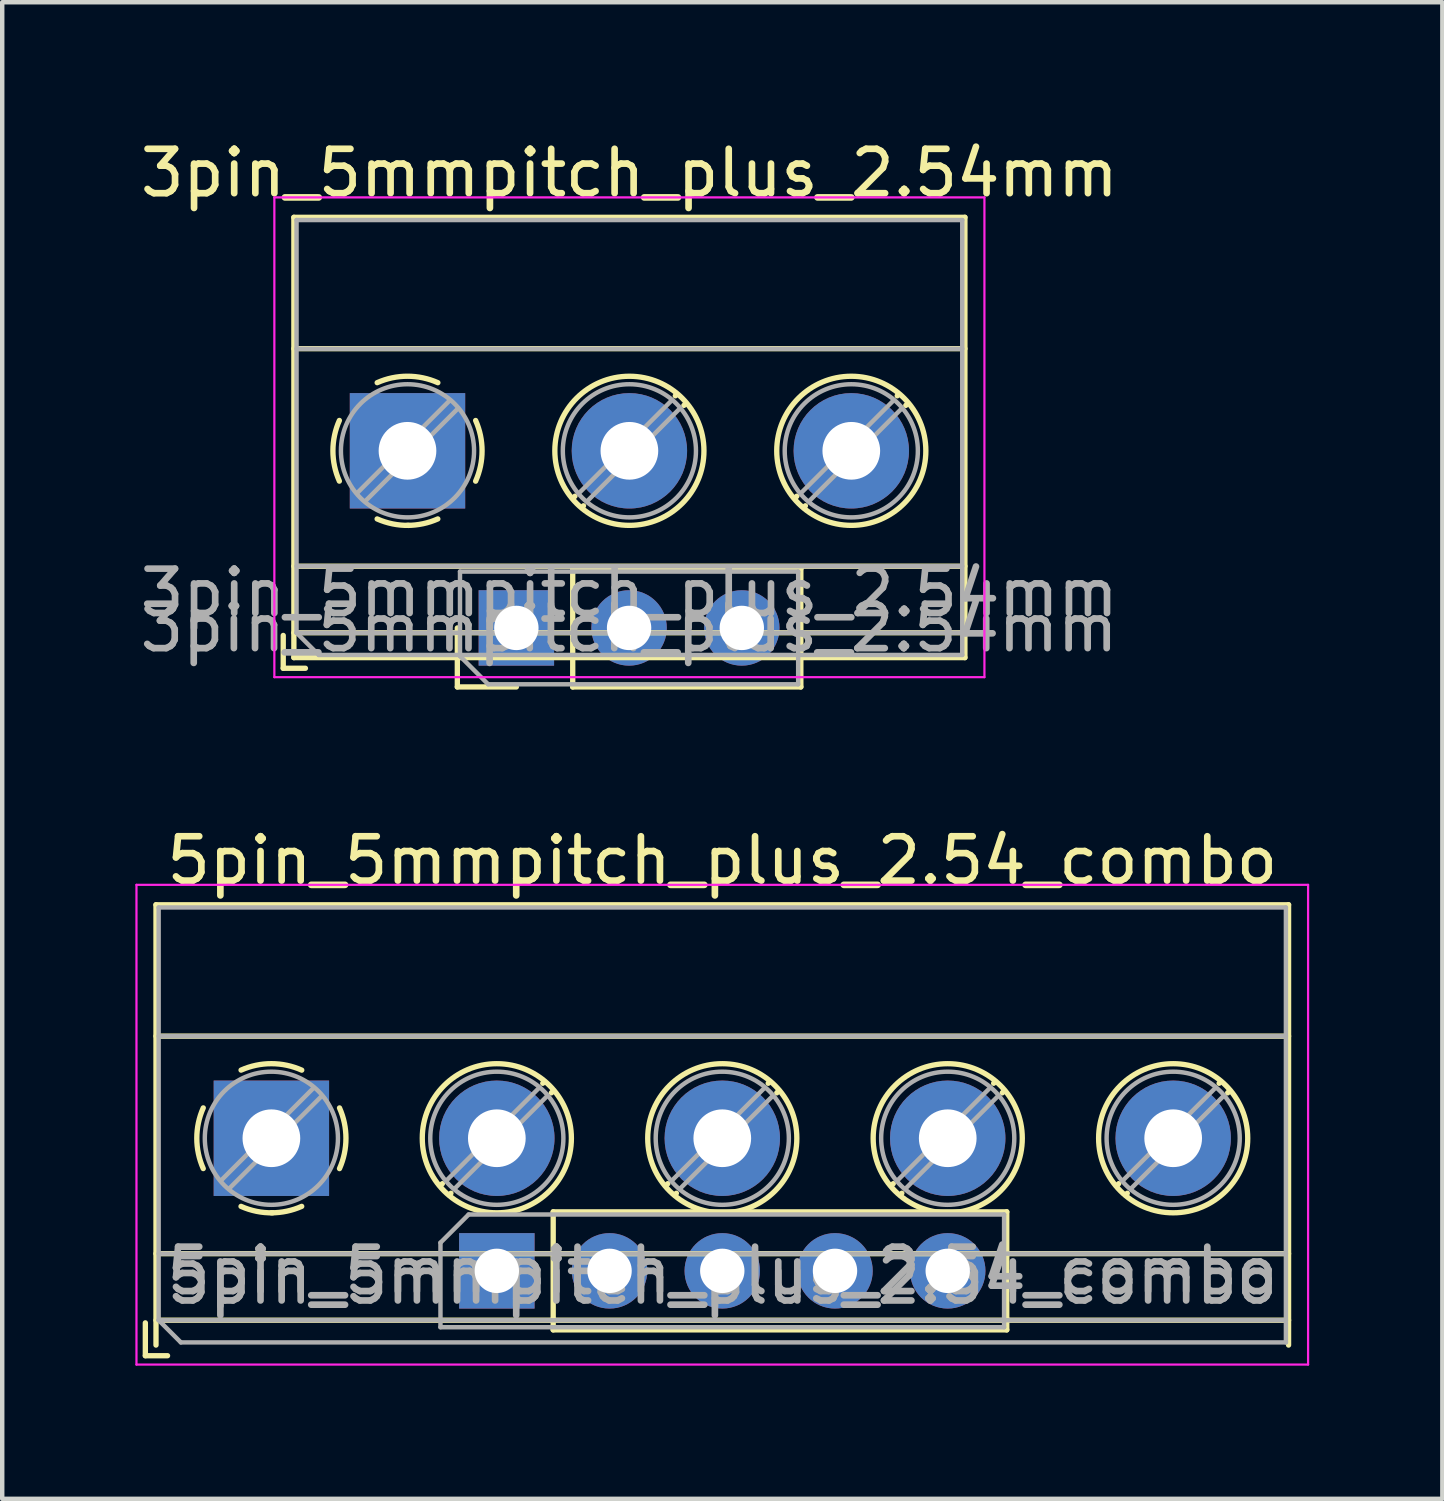
<source format=kicad_pcb>
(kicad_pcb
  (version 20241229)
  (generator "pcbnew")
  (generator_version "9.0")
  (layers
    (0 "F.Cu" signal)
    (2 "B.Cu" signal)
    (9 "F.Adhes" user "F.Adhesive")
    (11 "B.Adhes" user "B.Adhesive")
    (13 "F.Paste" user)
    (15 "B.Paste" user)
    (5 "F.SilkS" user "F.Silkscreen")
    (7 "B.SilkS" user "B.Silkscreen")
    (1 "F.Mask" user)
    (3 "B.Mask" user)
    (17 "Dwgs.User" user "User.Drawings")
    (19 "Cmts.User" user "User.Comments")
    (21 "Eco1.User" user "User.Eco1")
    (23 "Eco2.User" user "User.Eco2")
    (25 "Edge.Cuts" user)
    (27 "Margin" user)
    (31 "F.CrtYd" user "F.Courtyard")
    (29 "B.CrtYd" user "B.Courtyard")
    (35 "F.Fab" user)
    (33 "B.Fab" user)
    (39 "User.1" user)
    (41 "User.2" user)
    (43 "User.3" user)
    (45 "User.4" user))
  (footprint "5pin_5mmpitch_plus_2.54_combo"
    (layer "F.Cu")
    (at 3.065 22.598)
    (property "Reference" "5pin_5mmpitch_plus_2.54_combo" (at 10.16 -6.26 0) (layer "F.SilkS") (effects (font (size 1 1) (thickness 0.15))))
    (attr through_hole)
    (fp_line (start -2.84 4.16) (end -2.84 4.9) (stroke (width 0.12) (type solid)) (layer "F.SilkS"))
    (fp_line (start -2.84 4.9) (end -2.34 4.9) (stroke (width 0.12) (type solid)) (layer "F.SilkS"))
    (fp_line (start -2.6 -5.261) (end -2.6 4.66) (stroke (width 0.12) (type solid)) (layer "F.SilkS"))
    (fp_line (start -2.6 -5.261) (end 22.92 -5.261) (stroke (width 0.12) (type solid)) (layer "F.SilkS"))
    (fp_line (start -2.6 -2.301) (end 22.92 -2.301) (stroke (width 0.12) (type solid)) (layer "F.SilkS"))
    (fp_line (start -2.6 2.6) (end 22.92 2.6) (stroke (width 0.12) (type solid)) (layer "F.SilkS"))
    (fp_line (start -2.6 4.1) (end 22.92 4.1) (stroke (width 0.12) (type solid)) (layer "F.SilkS"))
    (fp_line (start 3.853 1.023) (end 3.806 1.069) (stroke (width 0.12) (type solid)) (layer "F.SilkS"))
    (fp_line (start 4.046 1.239) (end 4.011 1.274) (stroke (width 0.12) (type solid)) (layer "F.SilkS"))
    (fp_line (start 6.15 -1.275) (end 6.115 -1.239) (stroke (width 0.12) (type solid)) (layer "F.SilkS"))
    (fp_line (start 6.35 1.658) (end 16.57 1.658) (stroke (width 0.12) (type solid)) (layer "F.SilkS"))
    (fp_line (start 6.35 4.318) (end 6.35 1.658) (stroke (width 0.12) (type solid)) (layer "F.SilkS"))
    (fp_line (start 6.35 4.318) (end 16.57 4.318) (stroke (width 0.12) (type solid)) (layer "F.SilkS"))
    (fp_line (start 6.355 -1.069) (end 6.308 -1.023) (stroke (width 0.12) (type solid)) (layer "F.SilkS"))
    (fp_line (start 8.933 1.023) (end 8.886 1.069) (stroke (width 0.12) (type solid)) (layer "F.SilkS"))
    (fp_line (start 9.126 1.239) (end 9.091 1.274) (stroke (width 0.12) (type solid)) (layer "F.SilkS"))
    (fp_line (start 11.23 -1.275) (end 11.195 -1.239) (stroke (width 0.12) (type solid)) (layer "F.SilkS"))
    (fp_line (start 11.435 -1.069) (end 11.388 -1.023) (stroke (width 0.12) (type solid)) (layer "F.SilkS"))
    (fp_line (start 14.013 1.023) (end 13.966 1.069) (stroke (width 0.12) (type solid)) (layer "F.SilkS"))
    (fp_line (start 14.206 1.239) (end 14.171 1.274) (stroke (width 0.12) (type solid)) (layer "F.SilkS"))
    (fp_line (start 16.31 -1.275) (end 16.275 -1.239) (stroke (width 0.12) (type solid)) (layer "F.SilkS"))
    (fp_line (start 16.515 -1.069) (end 16.468 -1.023) (stroke (width 0.12) (type solid)) (layer "F.SilkS"))
    (fp_line (start 16.57 4.318) (end 16.57 1.658) (stroke (width 0.12) (type solid)) (layer "F.SilkS"))
    (fp_line (start 19.093 1.023) (end 19.046 1.069) (stroke (width 0.12) (type solid)) (layer "F.SilkS"))
    (fp_line (start 19.286 1.239) (end 19.251 1.274) (stroke (width 0.12) (type solid)) (layer "F.SilkS"))
    (fp_line (start 21.39 -1.275) (end 21.355 -1.239) (stroke (width 0.12) (type solid)) (layer "F.SilkS"))
    (fp_line (start 21.595 -1.069) (end 21.548 -1.023) (stroke (width 0.12) (type solid)) (layer "F.SilkS"))
    (fp_line (start 22.92 -5.261) (end 22.92 4.66) (stroke (width 0.12) (type solid)) (layer "F.SilkS"))
    (fp_arc (start -1.535427 0.683042) (mid -1.680501 -0.000524) (end -1.535 -0.684) (stroke (width 0.12) (type solid)) (layer "F.SilkS"))
    (fp_arc (start -0.683042 -1.535427) (mid 0.000524 -1.680501) (end 0.684 -1.535) (stroke (width 0.12) (type solid)) (layer "F.SilkS"))
    (fp_arc (start 0.028805 1.680253) (mid -0.335551 1.646659) (end -0.684 1.535) (stroke (width 0.12) (type solid)) (layer "F.SilkS"))
    (fp_arc (start 0.683318 1.534756) (mid 0.349292 1.643288) (end 0 1.68) (stroke (width 0.12) (type solid)) (layer "F.SilkS"))
    (fp_arc (start 1.535427 -0.683042) (mid 1.680501 0.000524) (end 1.535 0.684) (stroke (width 0.12) (type solid)) (layer "F.SilkS"))
    (fp_circle (center 5.08 0) (end 6.76 0) (stroke (width 0.12) (type solid)) (fill no) (layer "F.SilkS"))
    (fp_circle (center 10.16 0) (end 11.84 0) (stroke (width 0.12) (type solid)) (fill no) (layer "F.SilkS"))
    (fp_circle (center 15.24 0) (end 16.92 0) (stroke (width 0.12) (type solid)) (fill no) (layer "F.SilkS"))
    (fp_circle (center 20.32 0) (end 22 0) (stroke (width 0.12) (type solid)) (fill no) (layer "F.SilkS"))
    (fp_line (start -3.04 -5.71) (end -3.04 5.1) (stroke (width 0.05) (type solid)) (layer "F.CrtYd"))
    (fp_line (start -3.04 5.1) (end 23.36 5.1) (stroke (width 0.05) (type solid)) (layer "F.CrtYd"))
    (fp_line (start 23.36 -5.71) (end -3.04 -5.71) (stroke (width 0.05) (type solid)) (layer "F.CrtYd"))
    (fp_line (start 23.36 5.1) (end 23.36 -5.71) (stroke (width 0.05) (type solid)) (layer "F.CrtYd"))
    (fp_line (start -2.54 -5.2) (end 22.86 -5.2) (stroke (width 0.1) (type solid)) (layer "F.Fab"))
    (fp_line (start -2.54 -2.3) (end 22.86 -2.3) (stroke (width 0.1) (type solid)) (layer "F.Fab"))
    (fp_line (start -2.54 2.6) (end 22.86 2.6) (stroke (width 0.1) (type solid)) (layer "F.Fab"))
    (fp_line (start -2.54 4.1) (end -2.54 -5.2) (stroke (width 0.1) (type solid)) (layer "F.Fab"))
    (fp_line (start -2.54 4.1) (end 22.86 4.1) (stroke (width 0.1) (type solid)) (layer "F.Fab"))
    (fp_line (start -2.04 4.6) (end -2.54 4.1) (stroke (width 0.1) (type solid)) (layer "F.Fab"))
    (fp_line (start 0.955 -1.138) (end -1.138 0.955) (stroke (width 0.1) (type solid)) (layer "F.Fab"))
    (fp_line (start 1.138 -0.955) (end -0.955 1.138) (stroke (width 0.1) (type solid)) (layer "F.Fab"))
    (fp_line (start 3.81 2.353) (end 4.445 1.718) (stroke (width 0.1) (type solid)) (layer "F.Fab"))
    (fp_line (start 3.81 4.258) (end 3.81 2.353) (stroke (width 0.1) (type solid)) (layer "F.Fab"))
    (fp_line (start 4.445 1.718) (end 16.51 1.718) (stroke (width 0.1) (type solid)) (layer "F.Fab"))
    (fp_line (start 6.035 -1.138) (end 3.943 0.955) (stroke (width 0.1) (type solid)) (layer "F.Fab"))
    (fp_line (start 6.218 -0.955) (end 4.126 1.138) (stroke (width 0.1) (type solid)) (layer "F.Fab"))
    (fp_line (start 11.115 -1.138) (end 9.023 0.955) (stroke (width 0.1) (type solid)) (layer "F.Fab"))
    (fp_line (start 11.298 -0.955) (end 9.206 1.138) (stroke (width 0.1) (type solid)) (layer "F.Fab"))
    (fp_line (start 16.195 -1.138) (end 14.103 0.955) (stroke (width 0.1) (type solid)) (layer "F.Fab"))
    (fp_line (start 16.378 -0.955) (end 14.286 1.138) (stroke (width 0.1) (type solid)) (layer "F.Fab"))
    (fp_line (start 16.51 1.718) (end 16.51 4.258) (stroke (width 0.1) (type solid)) (layer "F.Fab"))
    (fp_line (start 16.51 4.258) (end 3.81 4.258) (stroke (width 0.1) (type solid)) (layer "F.Fab"))
    (fp_line (start 21.275 -1.138) (end 19.183 0.955) (stroke (width 0.1) (type solid)) (layer "F.Fab"))
    (fp_line (start 21.458 -0.955) (end 19.366 1.138) (stroke (width 0.1) (type solid)) (layer "F.Fab"))
    (fp_line (start 22.86 -5.2) (end 22.86 4.6) (stroke (width 0.1) (type solid)) (layer "F.Fab"))
    (fp_line (start 22.86 4.6) (end -2.04 4.6) (stroke (width 0.1) (type solid)) (layer "F.Fab"))
    (fp_circle (center 0 0) (end 1.5 0) (stroke (width 0.1) (type solid)) (fill no) (layer "F.Fab"))
    (fp_circle (center 5.08 0) (end 6.58 0) (stroke (width 0.1) (type solid)) (fill no) (layer "F.Fab"))
    (fp_circle (center 10.16 0) (end 11.66 0) (stroke (width 0.1) (type solid)) (fill no) (layer "F.Fab"))
    (fp_circle (center 15.24 0) (end 16.74 0) (stroke (width 0.1) (type solid)) (fill no) (layer "F.Fab"))
    (fp_circle (center 20.32 0) (end 21.82 0) (stroke (width 0.1) (type solid)) (fill no) (layer "F.Fab"))
    (fp_text user "${REFERENCE}" (at 10.16 3.2 0) (layer "F.Fab") (effects (font (size 1 1) (thickness 0.15))))
    (fp_text user "${REFERENCE}" (at 10.16 2.988 180) (layer "F.Fab") (effects (font (size 1 1) (thickness 0.15))))
    (pad "1" thru_hole rect (at 0 0) (size 2.6 2.6) (drill 1.3) (layers "*.Cu" "*.Mask"))
    (pad "1" thru_hole rect (at 5.08 2.988 90) (size 1.7 1.7) (drill 1) (layers "*.Cu" "*.Mask"))
    (pad "2" thru_hole circle (at 5.08 0) (size 2.6 2.6) (drill 1.3) (layers "*.Cu" "*.Mask"))
    (pad "2" thru_hole oval (at 7.62 2.988 90) (size 1.7 1.7) (drill 1) (layers "*.Cu" "*.Mask"))
    (pad "3" thru_hole circle (at 10.16 0) (size 2.6 2.6) (drill 1.3) (layers "*.Cu" "*.Mask"))
    (pad "3" thru_hole oval (at 10.16 2.988 90) (size 1.7 1.7) (drill 1) (layers "*.Cu" "*.Mask"))
    (pad "4" thru_hole oval (at 12.7 2.988 90) (size 1.7 1.7) (drill 1) (layers "*.Cu" "*.Mask"))
    (pad "4" thru_hole circle (at 15.24 0) (size 2.6 2.6) (drill 1.3) (layers "*.Cu" "*.Mask"))
    (pad "5" thru_hole oval (at 15.24 2.988 90) (size 1.7 1.7) (drill 1) (layers "*.Cu" "*.Mask"))
    (pad "5" thru_hole circle (at 20.32 0) (size 2.6 2.6) (drill 1.3) (layers "*.Cu" "*.Mask")))
  (footprint "3pin_5mmpitch_plus_2.54mm"
    (layer "F.Cu")
    (at 6.132 7.108)
    (property "Reference" "3pin_5mmpitch_plus_2.54mm" (at 5 -6.26 0) (layer "F.SilkS") (effects (font (size 1 1) (thickness 0.15))))
    (attr through_hole)
    (fp_line (start -2.8 4.16) (end -2.8 4.9) (stroke (width 0.12) (type solid)) (layer "F.SilkS"))
    (fp_line (start -2.8 4.9) (end -2.3 4.9) (stroke (width 0.12) (type solid)) (layer "F.SilkS"))
    (fp_line (start -2.56 -5.261) (end -2.56 4.66) (stroke (width 0.12) (type solid)) (layer "F.SilkS"))
    (fp_line (start -2.56 -5.261) (end 12.56 -5.261) (stroke (width 0.12) (type solid)) (layer "F.SilkS"))
    (fp_line (start -2.56 -2.301) (end 12.56 -2.301) (stroke (width 0.12) (type solid)) (layer "F.SilkS"))
    (fp_line (start -2.56 2.6) (end 12.56 2.6) (stroke (width 0.12) (type solid)) (layer "F.SilkS"))
    (fp_line (start -2.56 4.1) (end 12.56 4.1) (stroke (width 0.12) (type solid)) (layer "F.SilkS"))
    (fp_line (start -2.56 4.66) (end 12.56 4.66) (stroke (width 0.12) (type solid)) (layer "F.SilkS"))
    (fp_line (start 1.123 5.321) (end 1.123 3.991) (stroke (width 0.12) (type solid)) (layer "F.SilkS"))
    (fp_line (start 2.453 5.321) (end 1.123 5.321) (stroke (width 0.12) (type solid)) (layer "F.SilkS"))
    (fp_line (start 3.723 2.661) (end 8.863 2.661) (stroke (width 0.12) (type solid)) (layer "F.SilkS"))
    (fp_line (start 3.723 5.321) (end 3.723 2.661) (stroke (width 0.12) (type solid)) (layer "F.SilkS"))
    (fp_line (start 3.723 5.321) (end 8.863 5.321) (stroke (width 0.12) (type solid)) (layer "F.SilkS"))
    (fp_line (start 3.773 1.023) (end 3.726 1.069) (stroke (width 0.12) (type solid)) (layer "F.SilkS"))
    (fp_line (start 3.966 1.239) (end 3.931 1.274) (stroke (width 0.12) (type solid)) (layer "F.SilkS"))
    (fp_line (start 6.07 -1.275) (end 6.035 -1.239) (stroke (width 0.12) (type solid)) (layer "F.SilkS"))
    (fp_line (start 6.275 -1.069) (end 6.228 -1.023) (stroke (width 0.12) (type solid)) (layer "F.SilkS"))
    (fp_line (start 8.773 1.023) (end 8.726 1.069) (stroke (width 0.12) (type solid)) (layer "F.SilkS"))
    (fp_line (start 8.863 5.321) (end 8.863 2.661) (stroke (width 0.12) (type solid)) (layer "F.SilkS"))
    (fp_line (start 8.966 1.239) (end 8.931 1.274) (stroke (width 0.12) (type solid)) (layer "F.SilkS"))
    (fp_line (start 11.07 -1.275) (end 11.035 -1.239) (stroke (width 0.12) (type solid)) (layer "F.SilkS"))
    (fp_line (start 11.275 -1.069) (end 11.228 -1.023) (stroke (width 0.12) (type solid)) (layer "F.SilkS"))
    (fp_line (start 12.56 -5.261) (end 12.56 4.66) (stroke (width 0.12) (type solid)) (layer "F.SilkS"))
    (fp_arc (start -1.535427 0.683042) (mid -1.680501 -0.000524) (end -1.535 -0.684) (stroke (width 0.12) (type solid)) (layer "F.SilkS"))
    (fp_arc (start -0.683042 -1.535427) (mid 0.000524 -1.680501) (end 0.684 -1.535) (stroke (width 0.12) (type solid)) (layer "F.SilkS"))
    (fp_arc (start 0.028805 1.680253) (mid -0.335551 1.646659) (end -0.684 1.535) (stroke (width 0.12) (type solid)) (layer "F.SilkS"))
    (fp_arc (start 0.683318 1.534756) (mid 0.349292 1.643288) (end 0 1.68) (stroke (width 0.12) (type solid)) (layer "F.SilkS"))
    (fp_arc (start 1.535427 -0.683042) (mid 1.680501 0.000524) (end 1.535 0.684) (stroke (width 0.12) (type solid)) (layer "F.SilkS"))
    (fp_circle (center 5 0) (end 6.68 0) (stroke (width 0.12) (type solid)) (fill no) (layer "F.SilkS"))
    (fp_circle (center 10 0) (end 11.68 0) (stroke (width 0.12) (type solid)) (fill no) (layer "F.SilkS"))
    (fp_line (start -3 -5.71) (end -3 5.1) (stroke (width 0.05) (type solid)) (layer "F.CrtYd"))
    (fp_line (start -3 5.1) (end 13 5.1) (stroke (width 0.05) (type solid)) (layer "F.CrtYd"))
    (fp_line (start 13 -5.71) (end -3 -5.71) (stroke (width 0.05) (type solid)) (layer "F.CrtYd"))
    (fp_line (start 13 5.1) (end 13 -5.71) (stroke (width 0.05) (type solid)) (layer "F.CrtYd"))
    (fp_line (start -2.5 -5.2) (end 12.5 -5.2) (stroke (width 0.1) (type solid)) (layer "F.Fab"))
    (fp_line (start -2.5 -2.3) (end 12.5 -2.3) (stroke (width 0.1) (type solid)) (layer "F.Fab"))
    (fp_line (start -2.5 2.6) (end 12.5 2.6) (stroke (width 0.1) (type solid)) (layer "F.Fab"))
    (fp_line (start -2.5 4.1) (end -2.5 -5.2) (stroke (width 0.1) (type solid)) (layer "F.Fab"))
    (fp_line (start -2.5 4.1) (end 12.5 4.1) (stroke (width 0.1) (type solid)) (layer "F.Fab"))
    (fp_line (start -2 4.6) (end -2.5 4.1) (stroke (width 0.1) (type solid)) (layer "F.Fab"))
    (fp_line (start 0.955 -1.138) (end -1.138 0.955) (stroke (width 0.1) (type solid)) (layer "F.Fab"))
    (fp_line (start 1.138 -0.955) (end -0.955 1.138) (stroke (width 0.1) (type solid)) (layer "F.Fab"))
    (fp_line (start 1.183 2.721) (end 8.803 2.721) (stroke (width 0.1) (type solid)) (layer "F.Fab"))
    (fp_line (start 1.183 4.626) (end 1.183 2.721) (stroke (width 0.1) (type solid)) (layer "F.Fab"))
    (fp_line (start 1.818 5.261) (end 1.183 4.626) (stroke (width 0.1) (type solid)) (layer "F.Fab"))
    (fp_line (start 5.955 -1.138) (end 3.863 0.955) (stroke (width 0.1) (type solid)) (layer "F.Fab"))
    (fp_line (start 6.138 -0.955) (end 4.046 1.138) (stroke (width 0.1) (type solid)) (layer "F.Fab"))
    (fp_line (start 8.803 2.721) (end 8.803 5.261) (stroke (width 0.1) (type solid)) (layer "F.Fab"))
    (fp_line (start 8.803 5.261) (end 1.818 5.261) (stroke (width 0.1) (type solid)) (layer "F.Fab"))
    (fp_line (start 10.955 -1.138) (end 8.863 0.955) (stroke (width 0.1) (type solid)) (layer "F.Fab"))
    (fp_line (start 11.138 -0.955) (end 9.046 1.138) (stroke (width 0.1) (type solid)) (layer "F.Fab"))
    (fp_line (start 12.5 -5.2) (end 12.5 4.6) (stroke (width 0.1) (type solid)) (layer "F.Fab"))
    (fp_line (start 12.5 4.6) (end -2 4.6) (stroke (width 0.1) (type solid)) (layer "F.Fab"))
    (fp_circle (center 0 0) (end 1.5 0) (stroke (width 0.1) (type solid)) (fill no) (layer "F.Fab"))
    (fp_circle (center 5 0) (end 6.5 0) (stroke (width 0.1) (type solid)) (fill no) (layer "F.Fab"))
    (fp_circle (center 10 0) (end 11.5 0) (stroke (width 0.1) (type solid)) (fill no) (layer "F.Fab"))
    (fp_text user "${REFERENCE}" (at 4.993 3.991 180) (layer "F.Fab") (effects (font (size 1 1) (thickness 0.15))))
    (fp_text user "${REFERENCE}" (at 5 3.2 0) (layer "F.Fab") (effects (font (size 1 1) (thickness 0.15))))
    (pad "1" thru_hole rect (at 0 0) (size 2.6 2.6) (drill 1.3) (layers "*.Cu" "*.Mask"))
    (pad "1" thru_hole rect (at 2.453 3.991 90) (size 1.7 1.7) (drill 1) (layers "*.Cu" "*.Mask"))
    (pad "2" thru_hole oval (at 4.993 3.991 90) (size 1.7 1.7) (drill 1) (layers "*.Cu" "*.Mask"))
    (pad "2" thru_hole circle (at 5 0) (size 2.6 2.6) (drill 1.3) (layers "*.Cu" "*.Mask"))
    (pad "3" thru_hole oval (at 7.533 3.991 90) (size 1.7 1.7) (drill 1) (layers "*.Cu" "*.Mask"))
    (pad "3" thru_hole circle (at 10 0) (size 2.6 2.6) (drill 1.3) (layers "*.Cu" "*.Mask")))
  (gr_rect
    (start -3 -3)
    (end 29.45 30.723)
    (stroke (width 0.1) (type default))
    (fill no)
    (layer "Edge.Cuts")))
</source>
